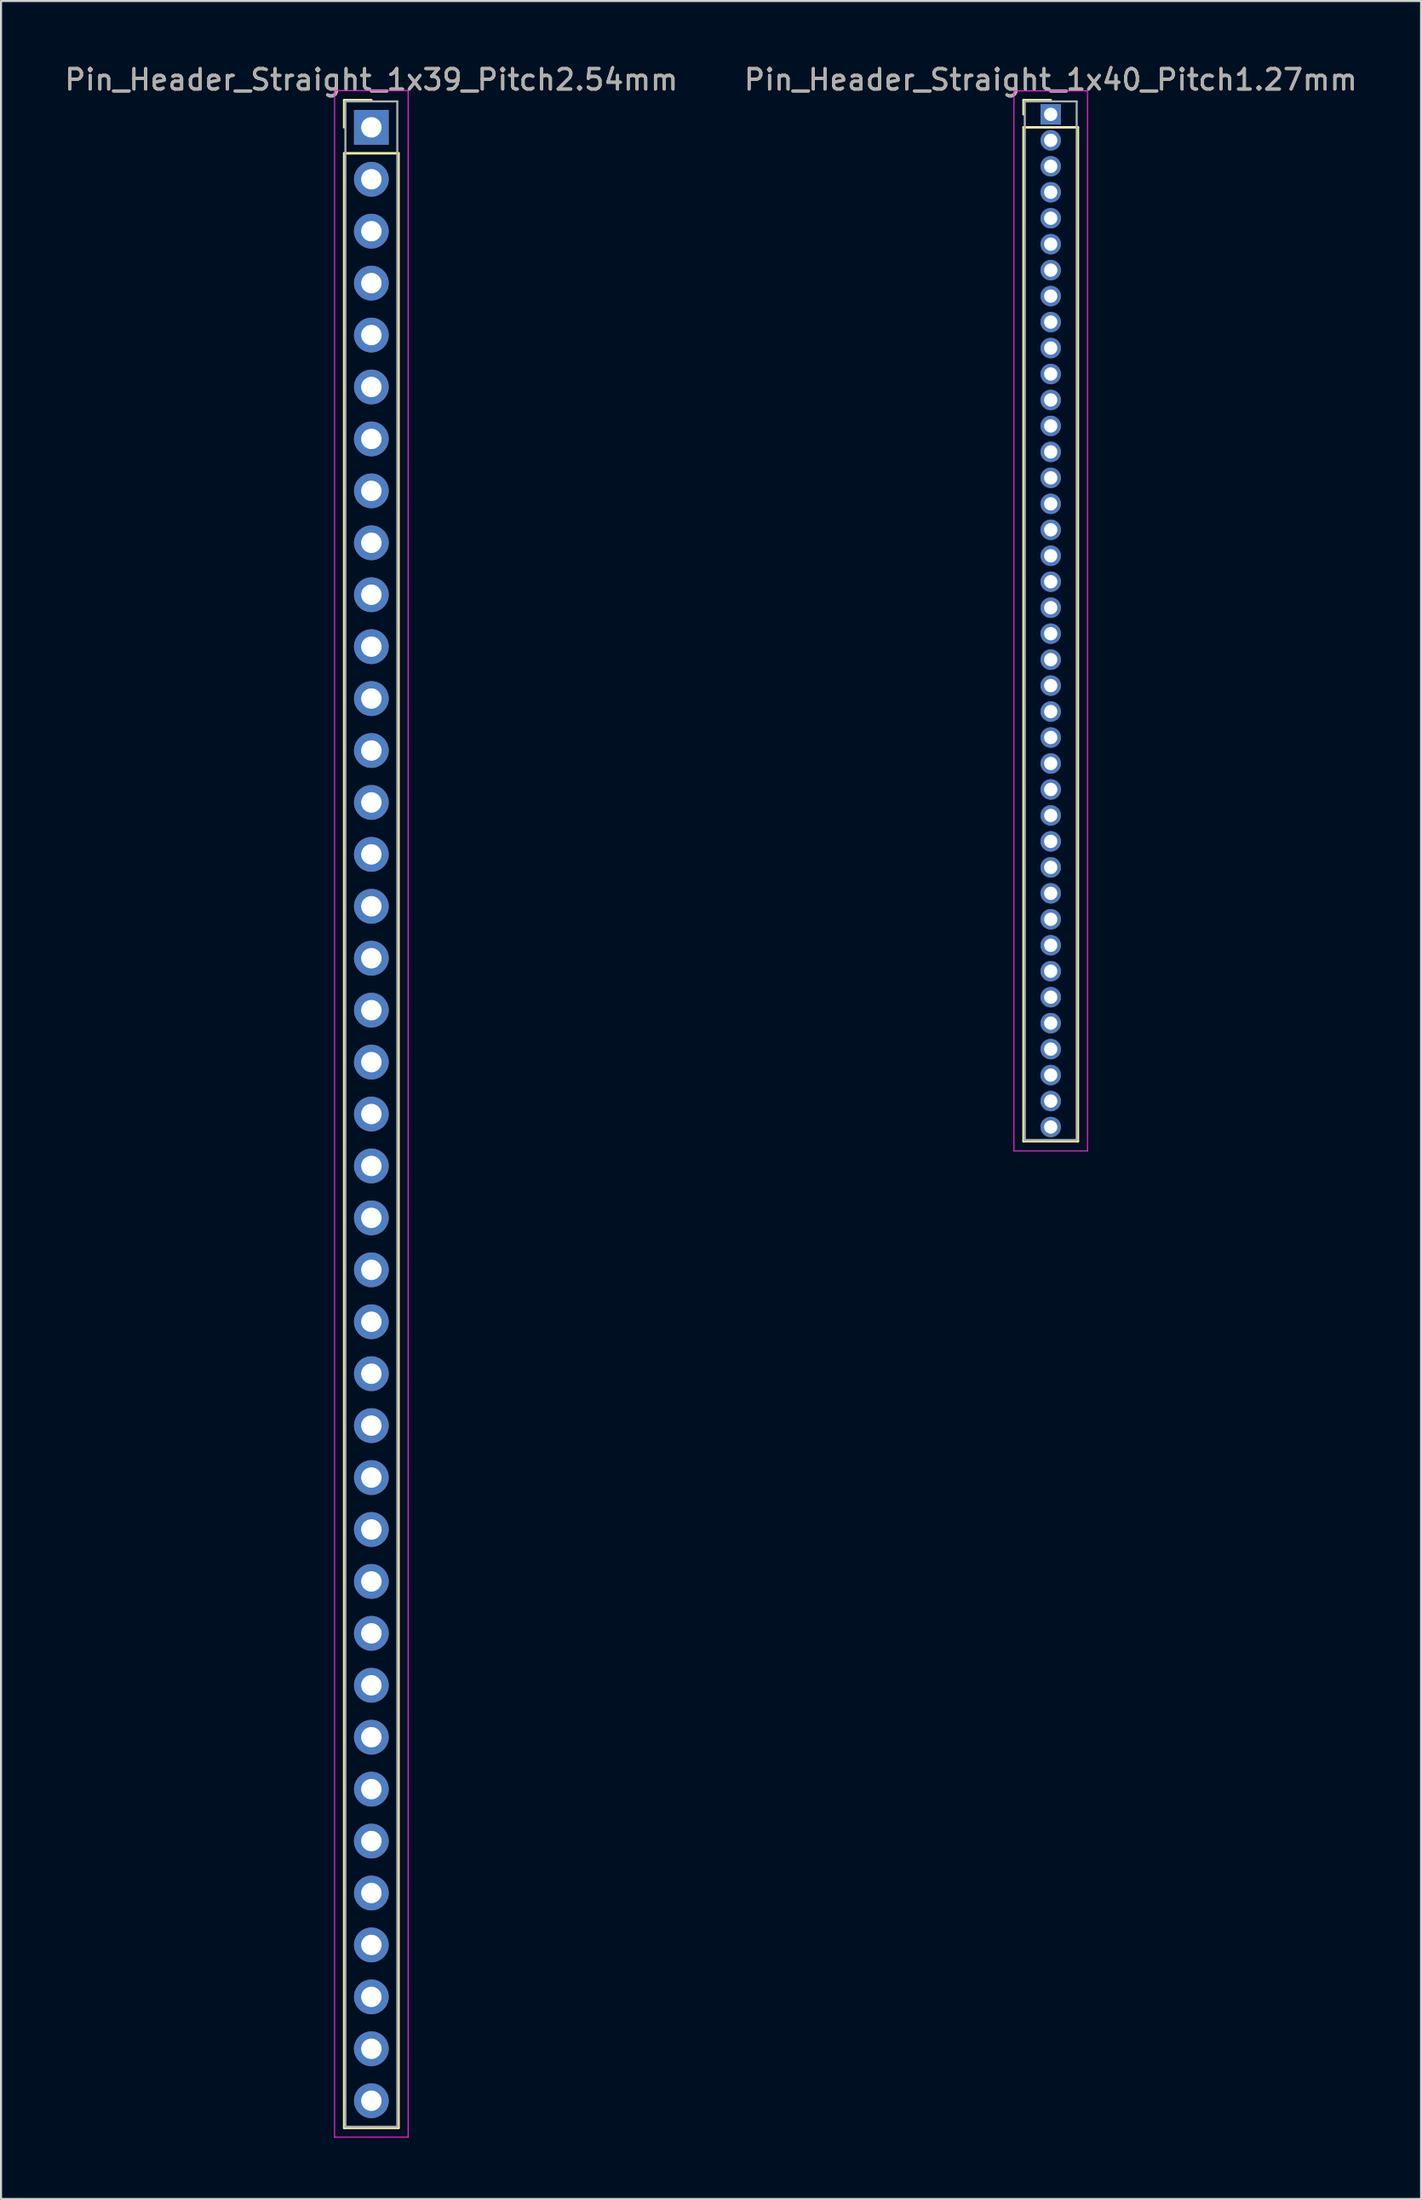
<source format=kicad_pcb>
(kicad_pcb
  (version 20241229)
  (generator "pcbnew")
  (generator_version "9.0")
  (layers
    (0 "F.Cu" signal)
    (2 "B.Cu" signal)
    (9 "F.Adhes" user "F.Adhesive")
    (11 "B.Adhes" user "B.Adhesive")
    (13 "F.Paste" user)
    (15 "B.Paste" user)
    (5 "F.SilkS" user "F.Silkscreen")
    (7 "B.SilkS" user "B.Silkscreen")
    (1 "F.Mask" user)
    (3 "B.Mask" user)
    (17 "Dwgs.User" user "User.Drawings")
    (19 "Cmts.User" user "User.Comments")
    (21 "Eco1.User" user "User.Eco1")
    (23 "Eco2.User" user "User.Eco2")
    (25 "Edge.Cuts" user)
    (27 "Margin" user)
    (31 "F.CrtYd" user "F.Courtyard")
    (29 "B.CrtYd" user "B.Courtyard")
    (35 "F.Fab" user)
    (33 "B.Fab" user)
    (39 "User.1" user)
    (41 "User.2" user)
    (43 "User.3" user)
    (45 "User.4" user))
  (footprint "Pin_Header_Straight_1x39_Pitch2.54mm"
    (layer "F.Cu")
    (at 15.125 3.178)
    (property "Reference" "Pin_Header_Straight_1x39_Pitch2.54mm" (at 0 -2.33 0) (layer "F.SilkS") (effects (font (size 1 1) (thickness 0.15))))
    (attr through_hole)
    (fp_line (start -1.33 -1.33) (end 0 -1.33) (stroke (width 0.12) (type solid)) (layer "F.SilkS"))
    (fp_line (start -1.33 0) (end -1.33 -1.33) (stroke (width 0.12) (type solid)) (layer "F.SilkS"))
    (fp_line (start -1.33 1.27) (end -1.33 97.85) (stroke (width 0.12) (type solid)) (layer "F.SilkS"))
    (fp_line (start -1.33 97.85) (end 1.33 97.85) (stroke (width 0.12) (type solid)) (layer "F.SilkS"))
    (fp_line (start 1.33 1.27) (end -1.33 1.27) (stroke (width 0.12) (type solid)) (layer "F.SilkS"))
    (fp_line (start 1.33 97.85) (end 1.33 1.27) (stroke (width 0.12) (type solid)) (layer "F.SilkS"))
    (fp_line (start -1.8 -1.8) (end -1.8 98.3) (stroke (width 0.05) (type solid)) (layer "F.CrtYd"))
    (fp_line (start -1.8 98.3) (end 1.8 98.3) (stroke (width 0.05) (type solid)) (layer "F.CrtYd"))
    (fp_line (start 1.8 -1.8) (end -1.8 -1.8) (stroke (width 0.05) (type solid)) (layer "F.CrtYd"))
    (fp_line (start 1.8 98.3) (end 1.8 -1.8) (stroke (width 0.05) (type solid)) (layer "F.CrtYd"))
    (fp_line (start -1.27 -1.27) (end -1.27 97.79) (stroke (width 0.1) (type solid)) (layer "F.Fab"))
    (fp_line (start -1.27 97.79) (end 1.27 97.79) (stroke (width 0.1) (type solid)) (layer "F.Fab"))
    (fp_line (start 1.27 -1.27) (end -1.27 -1.27) (stroke (width 0.1) (type solid)) (layer "F.Fab"))
    (fp_line (start 1.27 97.79) (end 1.27 -1.27) (stroke (width 0.1) (type solid)) (layer "F.Fab"))
    (fp_text user "${REFERENCE}" (at 0 -2.33 0) (layer "F.Fab") (effects (font (size 1 1) (thickness 0.15))))
    (pad "1" thru_hole rect (at 0 0) (size 1.7 1.7) (drill 1) (layers "*.Cu" "*.Mask"))
    (pad "2" thru_hole oval (at 0 2.54) (size 1.7 1.7) (drill 1) (layers "*.Cu" "*.Mask"))
    (pad "3" thru_hole oval (at 0 5.08) (size 1.7 1.7) (drill 1) (layers "*.Cu" "*.Mask"))
    (pad "4" thru_hole oval (at 0 7.62) (size 1.7 1.7) (drill 1) (layers "*.Cu" "*.Mask"))
    (pad "5" thru_hole oval (at 0 10.16) (size 1.7 1.7) (drill 1) (layers "*.Cu" "*.Mask"))
    (pad "6" thru_hole oval (at 0 12.7) (size 1.7 1.7) (drill 1) (layers "*.Cu" "*.Mask"))
    (pad "7" thru_hole oval (at 0 15.24) (size 1.7 1.7) (drill 1) (layers "*.Cu" "*.Mask"))
    (pad "8" thru_hole oval (at 0 17.78) (size 1.7 1.7) (drill 1) (layers "*.Cu" "*.Mask"))
    (pad "9" thru_hole oval (at 0 20.32) (size 1.7 1.7) (drill 1) (layers "*.Cu" "*.Mask"))
    (pad "10" thru_hole oval (at 0 22.86) (size 1.7 1.7) (drill 1) (layers "*.Cu" "*.Mask"))
    (pad "11" thru_hole oval (at 0 25.4) (size 1.7 1.7) (drill 1) (layers "*.Cu" "*.Mask"))
    (pad "12" thru_hole oval (at 0 27.94) (size 1.7 1.7) (drill 1) (layers "*.Cu" "*.Mask"))
    (pad "13" thru_hole oval (at 0 30.48) (size 1.7 1.7) (drill 1) (layers "*.Cu" "*.Mask"))
    (pad "14" thru_hole oval (at 0 33.02) (size 1.7 1.7) (drill 1) (layers "*.Cu" "*.Mask"))
    (pad "15" thru_hole oval (at 0 35.56) (size 1.7 1.7) (drill 1) (layers "*.Cu" "*.Mask"))
    (pad "16" thru_hole oval (at 0 38.1) (size 1.7 1.7) (drill 1) (layers "*.Cu" "*.Mask"))
    (pad "17" thru_hole oval (at 0 40.64) (size 1.7 1.7) (drill 1) (layers "*.Cu" "*.Mask"))
    (pad "18" thru_hole oval (at 0 43.18) (size 1.7 1.7) (drill 1) (layers "*.Cu" "*.Mask"))
    (pad "19" thru_hole oval (at 0 45.72) (size 1.7 1.7) (drill 1) (layers "*.Cu" "*.Mask"))
    (pad "20" thru_hole oval (at 0 48.26) (size 1.7 1.7) (drill 1) (layers "*.Cu" "*.Mask"))
    (pad "21" thru_hole oval (at 0 50.8) (size 1.7 1.7) (drill 1) (layers "*.Cu" "*.Mask"))
    (pad "22" thru_hole oval (at 0 53.34) (size 1.7 1.7) (drill 1) (layers "*.Cu" "*.Mask"))
    (pad "23" thru_hole oval (at 0 55.88) (size 1.7 1.7) (drill 1) (layers "*.Cu" "*.Mask"))
    (pad "24" thru_hole oval (at 0 58.42) (size 1.7 1.7) (drill 1) (layers "*.Cu" "*.Mask"))
    (pad "25" thru_hole oval (at 0 60.96) (size 1.7 1.7) (drill 1) (layers "*.Cu" "*.Mask"))
    (pad "26" thru_hole oval (at 0 63.5) (size 1.7 1.7) (drill 1) (layers "*.Cu" "*.Mask"))
    (pad "27" thru_hole oval (at 0 66.04) (size 1.7 1.7) (drill 1) (layers "*.Cu" "*.Mask"))
    (pad "28" thru_hole oval (at 0 68.58) (size 1.7 1.7) (drill 1) (layers "*.Cu" "*.Mask"))
    (pad "29" thru_hole oval (at 0 71.12) (size 1.7 1.7) (drill 1) (layers "*.Cu" "*.Mask"))
    (pad "30" thru_hole oval (at 0 73.66) (size 1.7 1.7) (drill 1) (layers "*.Cu" "*.Mask"))
    (pad "31" thru_hole oval (at 0 76.2) (size 1.7 1.7) (drill 1) (layers "*.Cu" "*.Mask"))
    (pad "32" thru_hole oval (at 0 78.74) (size 1.7 1.7) (drill 1) (layers "*.Cu" "*.Mask"))
    (pad "33" thru_hole oval (at 0 81.28) (size 1.7 1.7) (drill 1) (layers "*.Cu" "*.Mask"))
    (pad "34" thru_hole oval (at 0 83.82) (size 1.7 1.7) (drill 1) (layers "*.Cu" "*.Mask"))
    (pad "35" thru_hole oval (at 0 86.36) (size 1.7 1.7) (drill 1) (layers "*.Cu" "*.Mask"))
    (pad "36" thru_hole oval (at 0 88.9) (size 1.7 1.7) (drill 1) (layers "*.Cu" "*.Mask"))
    (pad "37" thru_hole oval (at 0 91.44) (size 1.7 1.7) (drill 1) (layers "*.Cu" "*.Mask"))
    (pad "38" thru_hole oval (at 0 93.98) (size 1.7 1.7) (drill 1) (layers "*.Cu" "*.Mask"))
    (pad "39" thru_hole oval (at 0 96.52) (size 1.7 1.7) (drill 1) (layers "*.Cu" "*.Mask")))
  (footprint "Pin_Header_Straight_1x40_Pitch1.27mm"
    (layer "F.Cu")
    (at 48.375 2.543)
    (property "Reference" "Pin_Header_Straight_1x40_Pitch1.27mm" (at 0 -1.695 0) (layer "F.SilkS") (effects (font (size 1 1) (thickness 0.15))))
    (attr through_hole)
    (fp_line (start -1.33 -0.695) (end 0 -0.695) (stroke (width 0.12) (type solid)) (layer "F.SilkS"))
    (fp_line (start -1.33 0) (end -1.33 -0.695) (stroke (width 0.12) (type solid)) (layer "F.SilkS"))
    (fp_line (start -1.33 0.635) (end -1.33 50.225) (stroke (width 0.12) (type solid)) (layer "F.SilkS"))
    (fp_line (start -1.33 50.225) (end 1.33 50.225) (stroke (width 0.12) (type solid)) (layer "F.SilkS"))
    (fp_line (start 1.33 0.635) (end -1.33 0.635) (stroke (width 0.12) (type solid)) (layer "F.SilkS"))
    (fp_line (start 1.33 50.225) (end 1.33 0.635) (stroke (width 0.12) (type solid)) (layer "F.SilkS"))
    (fp_line (start -1.8 -1.15) (end -1.8 50.7) (stroke (width 0.05) (type solid)) (layer "F.CrtYd"))
    (fp_line (start -1.8 50.7) (end 1.8 50.7) (stroke (width 0.05) (type solid)) (layer "F.CrtYd"))
    (fp_line (start 1.8 -1.15) (end -1.8 -1.15) (stroke (width 0.05) (type solid)) (layer "F.CrtYd"))
    (fp_line (start 1.8 50.7) (end 1.8 -1.15) (stroke (width 0.05) (type solid)) (layer "F.CrtYd"))
    (fp_line (start -1.27 -0.635) (end -1.27 50.165) (stroke (width 0.1) (type solid)) (layer "F.Fab"))
    (fp_line (start -1.27 50.165) (end 1.27 50.165) (stroke (width 0.1) (type solid)) (layer "F.Fab"))
    (fp_line (start 1.27 -0.635) (end -1.27 -0.635) (stroke (width 0.1) (type solid)) (layer "F.Fab"))
    (fp_line (start 1.27 50.165) (end 1.27 -0.635) (stroke (width 0.1) (type solid)) (layer "F.Fab"))
    (fp_text user "${REFERENCE}" (at 0 -1.695 0) (layer "F.Fab") (effects (font (size 1 1) (thickness 0.15))))
    (pad "1" thru_hole rect (at 0 0) (size 1 1) (drill 0.65) (layers "*.Cu" "*.Mask"))
    (pad "2" thru_hole oval (at 0 1.27) (size 1 1) (drill 0.65) (layers "*.Cu" "*.Mask"))
    (pad "3" thru_hole oval (at 0 2.54) (size 1 1) (drill 0.65) (layers "*.Cu" "*.Mask"))
    (pad "4" thru_hole oval (at 0 3.81) (size 1 1) (drill 0.65) (layers "*.Cu" "*.Mask"))
    (pad "5" thru_hole oval (at 0 5.08) (size 1 1) (drill 0.65) (layers "*.Cu" "*.Mask"))
    (pad "6" thru_hole oval (at 0 6.35) (size 1 1) (drill 0.65) (layers "*.Cu" "*.Mask"))
    (pad "7" thru_hole oval (at 0 7.62) (size 1 1) (drill 0.65) (layers "*.Cu" "*.Mask"))
    (pad "8" thru_hole oval (at 0 8.89) (size 1 1) (drill 0.65) (layers "*.Cu" "*.Mask"))
    (pad "9" thru_hole oval (at 0 10.16) (size 1 1) (drill 0.65) (layers "*.Cu" "*.Mask"))
    (pad "10" thru_hole oval (at 0 11.43) (size 1 1) (drill 0.65) (layers "*.Cu" "*.Mask"))
    (pad "11" thru_hole oval (at 0 12.7) (size 1 1) (drill 0.65) (layers "*.Cu" "*.Mask"))
    (pad "12" thru_hole oval (at 0 13.97) (size 1 1) (drill 0.65) (layers "*.Cu" "*.Mask"))
    (pad "13" thru_hole oval (at 0 15.24) (size 1 1) (drill 0.65) (layers "*.Cu" "*.Mask"))
    (pad "14" thru_hole oval (at 0 16.51) (size 1 1) (drill 0.65) (layers "*.Cu" "*.Mask"))
    (pad "15" thru_hole oval (at 0 17.78) (size 1 1) (drill 0.65) (layers "*.Cu" "*.Mask"))
    (pad "16" thru_hole oval (at 0 19.05) (size 1 1) (drill 0.65) (layers "*.Cu" "*.Mask"))
    (pad "17" thru_hole oval (at 0 20.32) (size 1 1) (drill 0.65) (layers "*.Cu" "*.Mask"))
    (pad "18" thru_hole oval (at 0 21.59) (size 1 1) (drill 0.65) (layers "*.Cu" "*.Mask"))
    (pad "19" thru_hole oval (at 0 22.86) (size 1 1) (drill 0.65) (layers "*.Cu" "*.Mask"))
    (pad "20" thru_hole oval (at 0 24.13) (size 1 1) (drill 0.65) (layers "*.Cu" "*.Mask"))
    (pad "21" thru_hole oval (at 0 25.4) (size 1 1) (drill 0.65) (layers "*.Cu" "*.Mask"))
    (pad "22" thru_hole oval (at 0 26.67) (size 1 1) (drill 0.65) (layers "*.Cu" "*.Mask"))
    (pad "23" thru_hole oval (at 0 27.94) (size 1 1) (drill 0.65) (layers "*.Cu" "*.Mask"))
    (pad "24" thru_hole oval (at 0 29.21) (size 1 1) (drill 0.65) (layers "*.Cu" "*.Mask"))
    (pad "25" thru_hole oval (at 0 30.48) (size 1 1) (drill 0.65) (layers "*.Cu" "*.Mask"))
    (pad "26" thru_hole oval (at 0 31.75) (size 1 1) (drill 0.65) (layers "*.Cu" "*.Mask"))
    (pad "27" thru_hole oval (at 0 33.02) (size 1 1) (drill 0.65) (layers "*.Cu" "*.Mask"))
    (pad "28" thru_hole oval (at 0 34.29) (size 1 1) (drill 0.65) (layers "*.Cu" "*.Mask"))
    (pad "29" thru_hole oval (at 0 35.56) (size 1 1) (drill 0.65) (layers "*.Cu" "*.Mask"))
    (pad "30" thru_hole oval (at 0 36.83) (size 1 1) (drill 0.65) (layers "*.Cu" "*.Mask"))
    (pad "31" thru_hole oval (at 0 38.1) (size 1 1) (drill 0.65) (layers "*.Cu" "*.Mask"))
    (pad "32" thru_hole oval (at 0 39.37) (size 1 1) (drill 0.65) (layers "*.Cu" "*.Mask"))
    (pad "33" thru_hole oval (at 0 40.64) (size 1 1) (drill 0.65) (layers "*.Cu" "*.Mask"))
    (pad "34" thru_hole oval (at 0 41.91) (size 1 1) (drill 0.65) (layers "*.Cu" "*.Mask"))
    (pad "35" thru_hole oval (at 0 43.18) (size 1 1) (drill 0.65) (layers "*.Cu" "*.Mask"))
    (pad "36" thru_hole oval (at 0 44.45) (size 1 1) (drill 0.65) (layers "*.Cu" "*.Mask"))
    (pad "37" thru_hole oval (at 0 45.72) (size 1 1) (drill 0.65) (layers "*.Cu" "*.Mask"))
    (pad "38" thru_hole oval (at 0 46.99) (size 1 1) (drill 0.65) (layers "*.Cu" "*.Mask"))
    (pad "39" thru_hole oval (at 0 48.26) (size 1 1) (drill 0.65) (layers "*.Cu" "*.Mask"))
    (pad "40" thru_hole oval (at 0 49.53) (size 1 1) (drill 0.65) (layers "*.Cu" "*.Mask")))
  (gr_rect
    (start -3 -3)
    (end 66.5 104.503)
    (stroke (width 0.1) (type default))
    (fill no)
    (layer "Edge.Cuts")))
</source>
